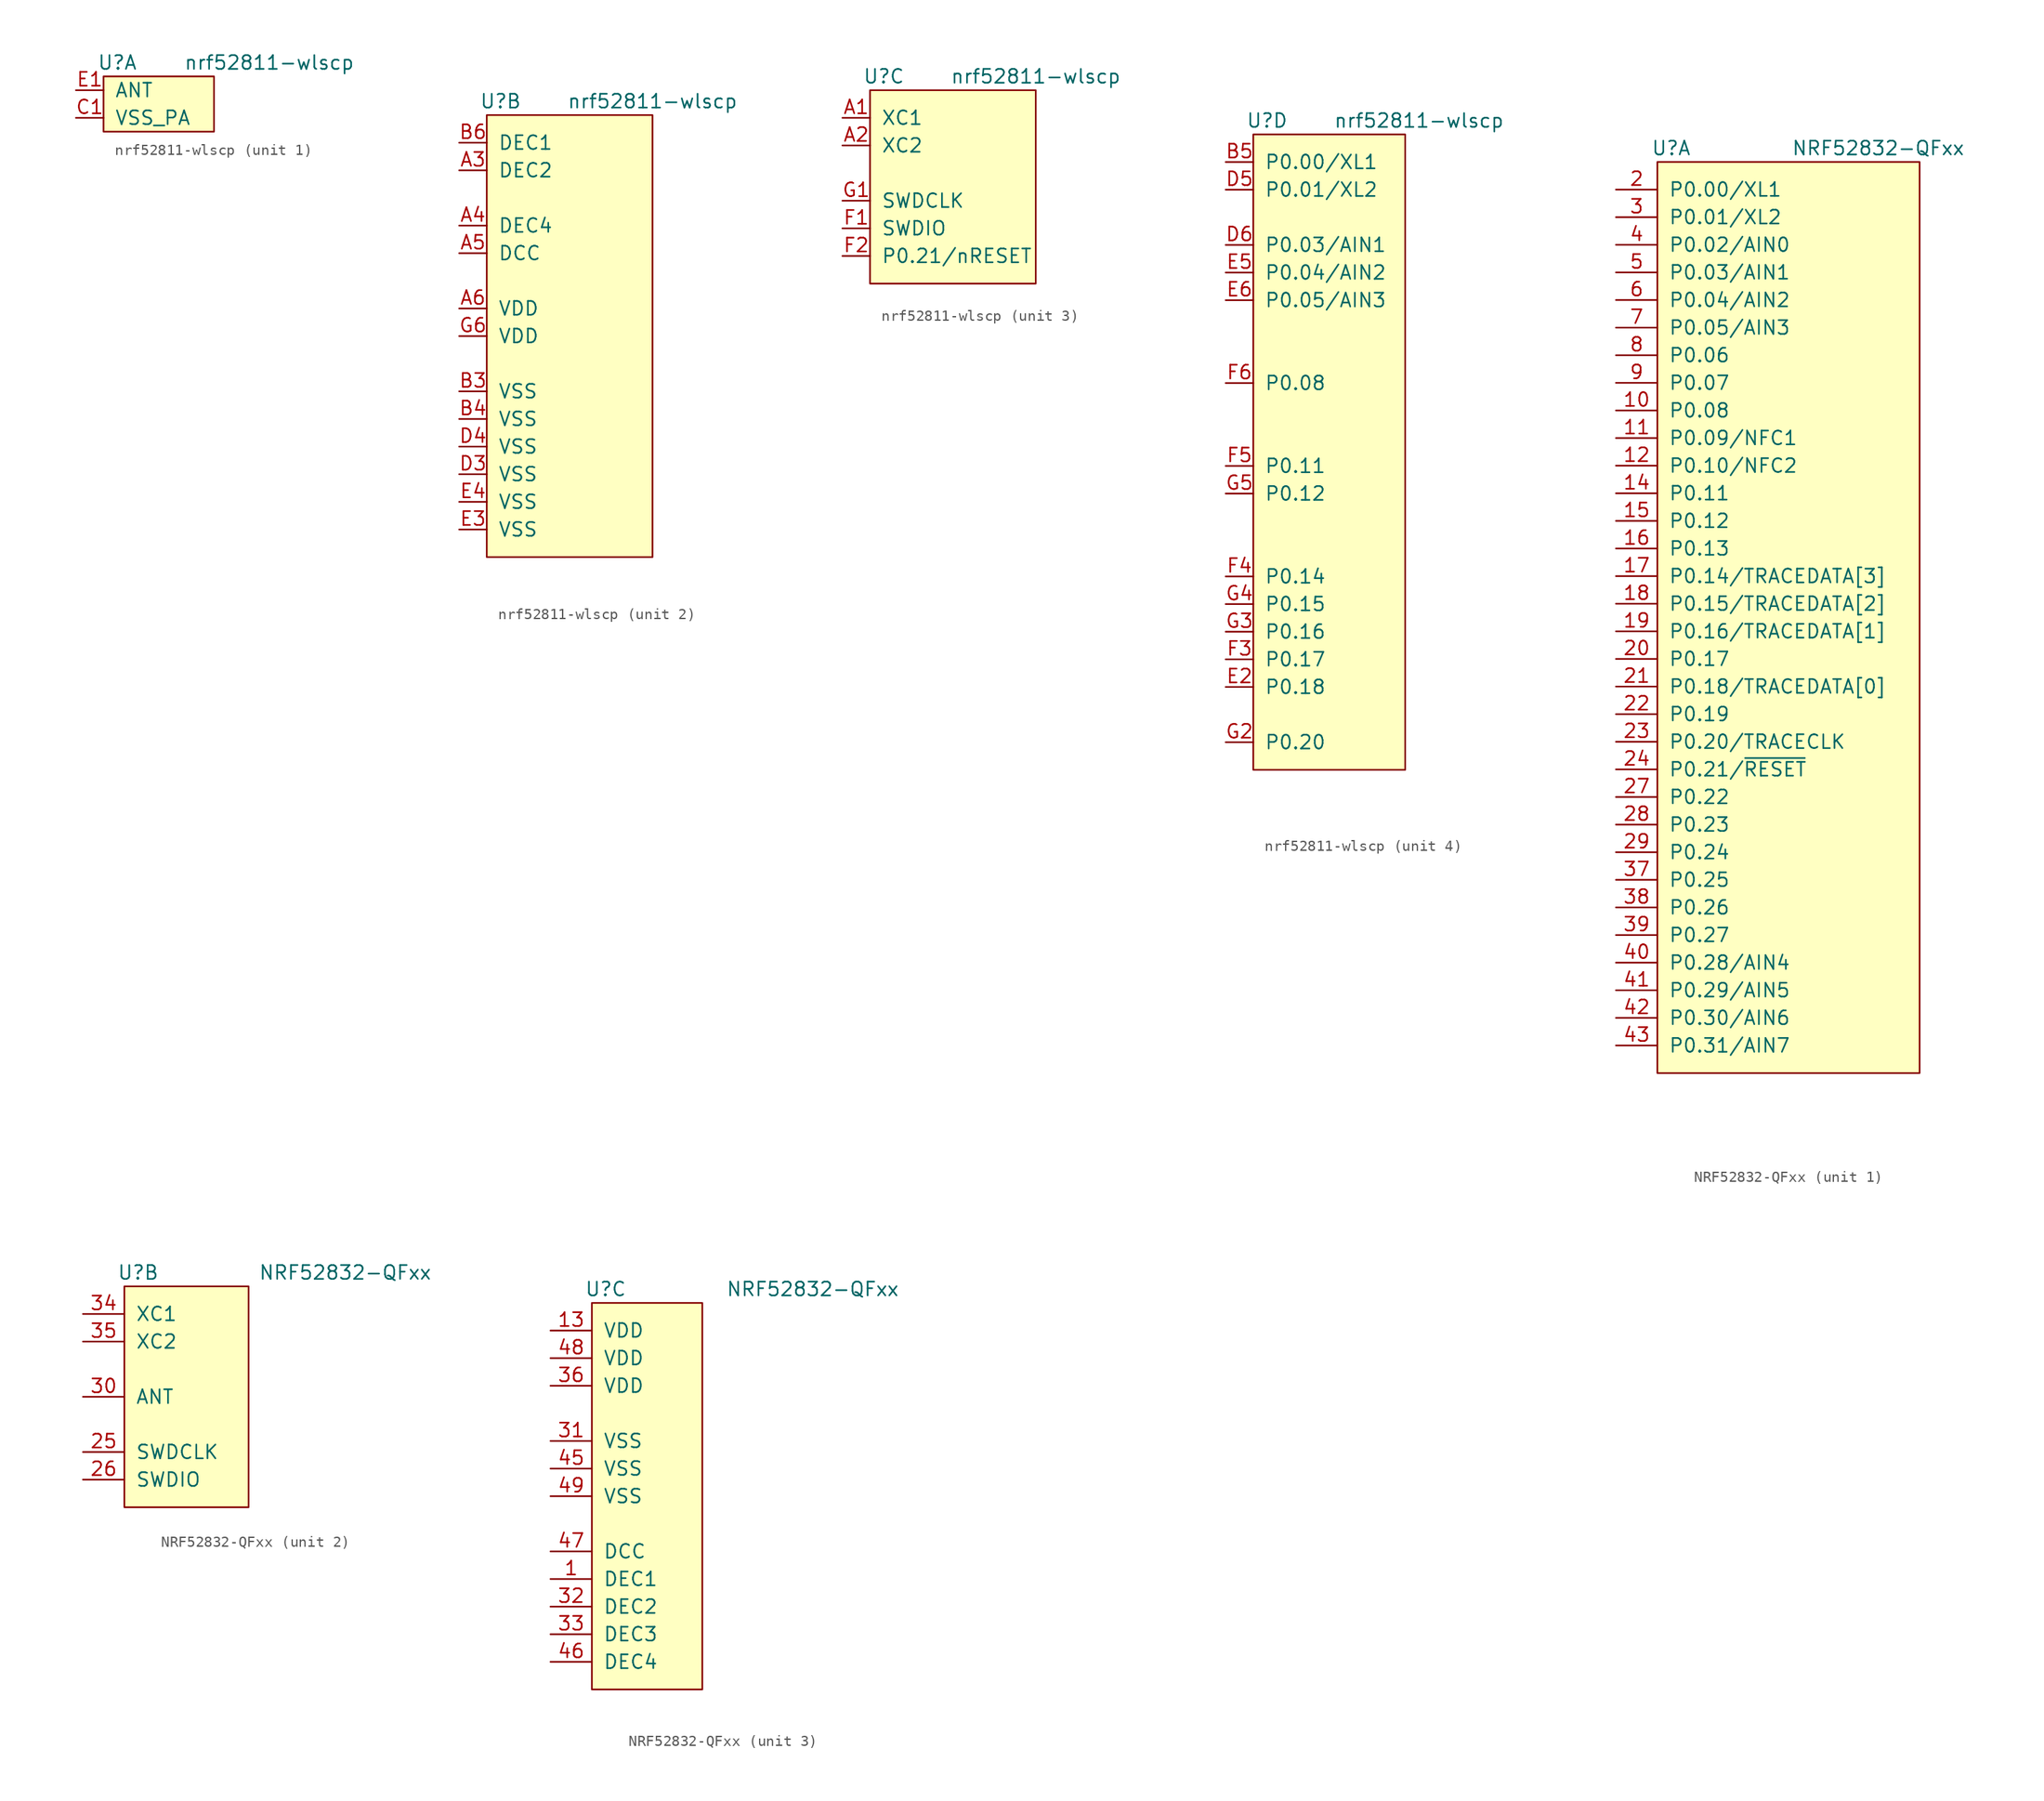
<source format=kicad_sym>
(kicad_symbol_lib
  (version 20211014)
  (generator kicad_symbol_editor)
  (symbol "nrf52811-wlscp"
    (pin_names
      (offset 1.016))
    (property "Reference" "U"
      (at 1.27 1.27 0)
      (effects (font (size 1.27 1.27))))
    (property "Value" "nrf52811-wlscp"
      (at 15.24 1.27 0)
      (effects (font (size 1.27 1.27))))
    (property "ki_locked" ""
      (at 0 0 0)
      (effects (font (size 1.27 1.27))))
    (symbol "nrf52811-wlscp_1_1"
      (rectangle (start 0 0) (end 10.16 -5.08) (stroke (width 0) (type default) (color 0 0 0 0)) (fill (type background)))
      (pin power_in line (at -2.54 -3.81 0) (length 2.54) (name "VSS_PA" (effects (font (size 1.27 1.27)))) (number "C1" (effects (font (size 1.27 1.27)))))
      (pin output line (at -2.54 -1.27 0) (length 2.54) (name "ANT" (effects (font (size 1.27 1.27)))) (number "E1" (effects (font (size 1.27 1.27))))))
    (symbol "nrf52811-wlscp_2_1"
      (rectangle (start 0 0) (end 15.24 -40.64) (stroke (width 0) (type default) (color 0 0 0 0)) (fill (type background)))
      (pin passive line (at -2.54 -5.08 0) (length 2.54) (name "DEC2" (effects (font (size 1.27 1.27)))) (number "A3" (effects (font (size 1.27 1.27)))))
      (pin passive line (at -2.54 -10.16 0) (length 2.54) (name "DEC4" (effects (font (size 1.27 1.27)))) (number "A4" (effects (font (size 1.27 1.27)))))
      (pin power_out line (at -2.54 -12.7 0) (length 2.54) (name "DCC" (effects (font (size 1.27 1.27)))) (number "A5" (effects (font (size 1.27 1.27)))))
      (pin power_in line (at -2.54 -17.78 0) (length 2.54) (name "VDD" (effects (font (size 1.27 1.27)))) (number "A6" (effects (font (size 1.27 1.27)))))
      (pin power_in line (at -2.54 -25.4 0) (length 2.54) (name "VSS" (effects (font (size 1.27 1.27)))) (number "B3" (effects (font (size 1.27 1.27)))))
      (pin power_in line (at -2.54 -27.94 0) (length 2.54) (name "VSS" (effects (font (size 1.27 1.27)))) (number "B4" (effects (font (size 1.27 1.27)))))
      (pin passive line (at -2.54 -2.54 0) (length 2.54) (name "DEC1" (effects (font (size 1.27 1.27)))) (number "B6" (effects (font (size 1.27 1.27)))))
      (pin power_in line (at -2.54 -33.02 0) (length 2.54) (name "VSS" (effects (font (size 1.27 1.27)))) (number "D3" (effects (font (size 1.27 1.27)))))
      (pin power_in line (at -2.54 -30.48 0) (length 2.54) (name "VSS" (effects (font (size 1.27 1.27)))) (number "D4" (effects (font (size 1.27 1.27)))))
      (pin power_in line (at -2.54 -38.1 0) (length 2.54) (name "VSS" (effects (font (size 1.27 1.27)))) (number "E3" (effects (font (size 1.27 1.27)))))
      (pin power_in line (at -2.54 -35.56 0) (length 2.54) (name "VSS" (effects (font (size 1.27 1.27)))) (number "E4" (effects (font (size 1.27 1.27)))))
      (pin unspecified line (at -2.54 -20.32 0) (length 2.54) (name "VDD" (effects (font (size 1.27 1.27)))) (number "G6" (effects (font (size 1.27 1.27))))))
    (symbol "nrf52811-wlscp_3_1"
      (rectangle (start 0 0) (end 15.24 -17.78) (stroke (width 0) (type default) (color 0 0 0 0)) (fill (type background)))
      (pin input line (at -2.54 -2.54 0) (length 2.54) (name "XC1" (effects (font (size 1.27 1.27)))) (number "A1" (effects (font (size 1.27 1.27)))))
      (pin input line (at -2.54 -5.08 0) (length 2.54) (name "XC2" (effects (font (size 1.27 1.27)))) (number "A2" (effects (font (size 1.27 1.27)))))
      (pin bidirectional line (at -2.54 -12.7 0) (length 2.54) (name "SWDIO" (effects (font (size 1.27 1.27)))) (number "F1" (effects (font (size 1.27 1.27)))))
      (pin bidirectional line (at -2.54 -15.24 0) (length 2.54) (name "P0.21/nRESET" (effects (font (size 1.27 1.27)))) (number "F2" (effects (font (size 1.27 1.27)))))
      (pin input line (at -2.54 -10.16 0) (length 2.54) (name "SWDCLK" (effects (font (size 1.27 1.27)))) (number "G1" (effects (font (size 1.27 1.27))))))
    (symbol "nrf52811-wlscp_4_1"
      (rectangle (start 0 0) (end 13.97 -58.42) (stroke (width 0) (type default) (color 0 0 0 0)) (fill (type background)))
      (pin unspecified line (at -2.54 -2.54 0) (length 2.54) (name "P0.00/XL1" (effects (font (size 1.27 1.27)))) (number "B5" (effects (font (size 1.27 1.27)))))
      (pin unspecified line (at -2.54 -5.08 0) (length 2.54) (name "P0.01/XL2" (effects (font (size 1.27 1.27)))) (number "D5" (effects (font (size 1.27 1.27)))))
      (pin unspecified line (at -2.54 -10.16 0) (length 2.54) (name "P0.03/AIN1" (effects (font (size 1.27 1.27)))) (number "D6" (effects (font (size 1.27 1.27)))))
      (pin unspecified line (at -2.54 -50.8 0) (length 2.54) (name "P0.18" (effects (font (size 1.27 1.27)))) (number "E2" (effects (font (size 1.27 1.27)))))
      (pin unspecified line (at -2.54 -12.7 0) (length 2.54) (name "P0.04/AIN2" (effects (font (size 1.27 1.27)))) (number "E5" (effects (font (size 1.27 1.27)))))
      (pin unspecified line (at -2.54 -15.24 0) (length 2.54) (name "P0.05/AIN3" (effects (font (size 1.27 1.27)))) (number "E6" (effects (font (size 1.27 1.27)))))
      (pin unspecified line (at -2.54 -48.26 0) (length 2.54) (name "P0.17" (effects (font (size 1.27 1.27)))) (number "F3" (effects (font (size 1.27 1.27)))))
      (pin unspecified line (at -2.54 -40.64 0) (length 2.54) (name "P0.14" (effects (font (size 1.27 1.27)))) (number "F4" (effects (font (size 1.27 1.27)))))
      (pin unspecified line (at -2.54 -30.48 0) (length 2.54) (name "P0.11" (effects (font (size 1.27 1.27)))) (number "F5" (effects (font (size 1.27 1.27)))))
      (pin unspecified line (at -2.54 -22.86 0) (length 2.54) (name "P0.08" (effects (font (size 1.27 1.27)))) (number "F6" (effects (font (size 1.27 1.27)))))
      (pin unspecified line (at -2.54 -55.88 0) (length 2.54) (name "P0.20" (effects (font (size 1.27 1.27)))) (number "G2" (effects (font (size 1.27 1.27)))))
      (pin unspecified line (at -2.54 -45.72 0) (length 2.54) (name "P0.16" (effects (font (size 1.27 1.27)))) (number "G3" (effects (font (size 1.27 1.27)))))
      (pin unspecified line (at -2.54 -43.18 0) (length 2.54) (name "P0.15" (effects (font (size 1.27 1.27)))) (number "G4" (effects (font (size 1.27 1.27)))))
      (pin unspecified line (at -2.54 -33.02 0) (length 2.54) (name "P0.12" (effects (font (size 1.27 1.27)))) (number "G5" (effects (font (size 1.27 1.27)))))))
  (symbol "NRF52832-QFxx"
    (pin_names
      (offset 1.016))
    (property "Reference" "U"
      (at 1.27 1.27 0)
      (effects (font (size 1.27 1.27))))
    (property "Value" "NRF52832-QFxx"
      (at 20.32 1.27 0)
      (effects (font (size 1.27 1.27))))
    (property "ki_locked" ""
      (at 0 0 0)
      (effects (font (size 1.27 1.27))))
    (symbol "NRF52832-QFxx_1_1"
      (rectangle (start 0 0) (end 24.13 -83.82) (stroke (width 0) (type default) (color 0 0 0 0)) (fill (type background)))
      (pin bidirectional line (at -3.81 -22.86 0) (length 3.81) (name "P0.08" (effects (font (size 1.27 1.27)))) (number "10" (effects (font (size 1.27 1.27)))))
      (pin bidirectional line (at -3.81 -25.4 0) (length 3.81) (name "P0.09/NFC1" (effects (font (size 1.27 1.27)))) (number "11" (effects (font (size 1.27 1.27)))))
      (pin bidirectional line (at -3.81 -27.94 0) (length 3.81) (name "P0.10/NFC2" (effects (font (size 1.27 1.27)))) (number "12" (effects (font (size 1.27 1.27)))))
      (pin bidirectional line (at -3.81 -30.48 0) (length 3.81) (name "P0.11" (effects (font (size 1.27 1.27)))) (number "14" (effects (font (size 1.27 1.27)))))
      (pin bidirectional line (at -3.81 -33.02 0) (length 3.81) (name "P0.12" (effects (font (size 1.27 1.27)))) (number "15" (effects (font (size 1.27 1.27)))))
      (pin bidirectional line (at -3.81 -35.56 0) (length 3.81) (name "P0.13" (effects (font (size 1.27 1.27)))) (number "16" (effects (font (size 1.27 1.27)))))
      (pin bidirectional line (at -3.81 -38.1 0) (length 3.81) (name "P0.14/TRACEDATA[3]" (effects (font (size 1.27 1.27)))) (number "17" (effects (font (size 1.27 1.27)))))
      (pin bidirectional line (at -3.81 -40.64 0) (length 3.81) (name "P0.15/TRACEDATA[2]" (effects (font (size 1.27 1.27)))) (number "18" (effects (font (size 1.27 1.27)))))
      (pin bidirectional line (at -3.81 -43.18 0) (length 3.81) (name "P0.16/TRACEDATA[1]" (effects (font (size 1.27 1.27)))) (number "19" (effects (font (size 1.27 1.27)))))
      (pin bidirectional line (at -3.81 -2.54 0) (length 3.81) (name "P0.00/XL1" (effects (font (size 1.27 1.27)))) (number "2" (effects (font (size 1.27 1.27)))))
      (pin bidirectional line (at -3.81 -45.72 0) (length 3.81) (name "P0.17" (effects (font (size 1.27 1.27)))) (number "20" (effects (font (size 1.27 1.27)))))
      (pin bidirectional line (at -3.81 -48.26 0) (length 3.81) (name "P0.18/TRACEDATA[0]" (effects (font (size 1.27 1.27)))) (number "21" (effects (font (size 1.27 1.27)))))
      (pin bidirectional line (at -3.81 -50.8 0) (length 3.81) (name "P0.19" (effects (font (size 1.27 1.27)))) (number "22" (effects (font (size 1.27 1.27)))))
      (pin bidirectional line (at -3.81 -53.34 0) (length 3.81) (name "P0.20/TRACECLK" (effects (font (size 1.27 1.27)))) (number "23" (effects (font (size 1.27 1.27)))))
      (pin bidirectional line (at -3.81 -55.88 0) (length 3.81) (name "P0.21/~{RESET}" (effects (font (size 1.27 1.27)))) (number "24" (effects (font (size 1.27 1.27)))))
      (pin bidirectional line (at -3.81 -58.42 0) (length 3.81) (name "P0.22" (effects (font (size 1.27 1.27)))) (number "27" (effects (font (size 1.27 1.27)))))
      (pin bidirectional line (at -3.81 -60.96 0) (length 3.81) (name "P0.23" (effects (font (size 1.27 1.27)))) (number "28" (effects (font (size 1.27 1.27)))))
      (pin bidirectional line (at -3.81 -63.5 0) (length 3.81) (name "P0.24" (effects (font (size 1.27 1.27)))) (number "29" (effects (font (size 1.27 1.27)))))
      (pin bidirectional line (at -3.81 -5.08 0) (length 3.81) (name "P0.01/XL2" (effects (font (size 1.27 1.27)))) (number "3" (effects (font (size 1.27 1.27)))))
      (pin bidirectional line (at -3.81 -66.04 0) (length 3.81) (name "P0.25" (effects (font (size 1.27 1.27)))) (number "37" (effects (font (size 1.27 1.27)))))
      (pin bidirectional line (at -3.81 -68.58 0) (length 3.81) (name "P0.26" (effects (font (size 1.27 1.27)))) (number "38" (effects (font (size 1.27 1.27)))))
      (pin bidirectional line (at -3.81 -71.12 0) (length 3.81) (name "P0.27" (effects (font (size 1.27 1.27)))) (number "39" (effects (font (size 1.27 1.27)))))
      (pin bidirectional line (at -3.81 -7.62 0) (length 3.81) (name "P0.02/AIN0" (effects (font (size 1.27 1.27)))) (number "4" (effects (font (size 1.27 1.27)))))
      (pin bidirectional line (at -3.81 -73.66 0) (length 3.81) (name "P0.28/AIN4" (effects (font (size 1.27 1.27)))) (number "40" (effects (font (size 1.27 1.27)))))
      (pin bidirectional line (at -3.81 -76.2 0) (length 3.81) (name "P0.29/AIN5" (effects (font (size 1.27 1.27)))) (number "41" (effects (font (size 1.27 1.27)))))
      (pin bidirectional line (at -3.81 -78.74 0) (length 3.81) (name "P0.30/AIN6" (effects (font (size 1.27 1.27)))) (number "42" (effects (font (size 1.27 1.27)))))
      (pin bidirectional line (at -3.81 -81.28 0) (length 3.81) (name "P0.31/AIN7" (effects (font (size 1.27 1.27)))) (number "43" (effects (font (size 1.27 1.27)))))
      (pin bidirectional line (at -3.81 -10.16 0) (length 3.81) (name "P0.03/AIN1" (effects (font (size 1.27 1.27)))) (number "5" (effects (font (size 1.27 1.27)))))
      (pin bidirectional line (at -3.81 -12.7 0) (length 3.81) (name "P0.04/AIN2" (effects (font (size 1.27 1.27)))) (number "6" (effects (font (size 1.27 1.27)))))
      (pin bidirectional line (at -3.81 -15.24 0) (length 3.81) (name "P0.05/AIN3" (effects (font (size 1.27 1.27)))) (number "7" (effects (font (size 1.27 1.27)))))
      (pin bidirectional line (at -3.81 -17.78 0) (length 3.81) (name "P0.06" (effects (font (size 1.27 1.27)))) (number "8" (effects (font (size 1.27 1.27)))))
      (pin bidirectional line (at -3.81 -20.32 0) (length 3.81) (name "P0.07" (effects (font (size 1.27 1.27)))) (number "9" (effects (font (size 1.27 1.27))))))
    (symbol "NRF52832-QFxx_2_1"
      (rectangle (start 0 0) (end 11.43 -20.32) (stroke (width 0) (type default) (color 0 0 0 0)) (fill (type background)))
      (pin input line (at -3.81 -15.24 0) (length 3.81) (name "SWDCLK" (effects (font (size 1.27 1.27)))) (number "25" (effects (font (size 1.27 1.27)))))
      (pin bidirectional line (at -3.81 -17.78 0) (length 3.81) (name "SWDIO" (effects (font (size 1.27 1.27)))) (number "26" (effects (font (size 1.27 1.27)))))
      (pin input line (at -3.81 -10.16 0) (length 3.81) (name "ANT" (effects (font (size 1.27 1.27)))) (number "30" (effects (font (size 1.27 1.27)))))
      (pin passive line (at -3.81 -2.54 0) (length 3.81) (name "XC1" (effects (font (size 1.27 1.27)))) (number "34" (effects (font (size 1.27 1.27)))))
      (pin passive line (at -3.81 -5.08 0) (length 3.81) (name "XC2" (effects (font (size 1.27 1.27)))) (number "35" (effects (font (size 1.27 1.27))))))
    (symbol "NRF52832-QFxx_3_1"
      (rectangle (start 0 0) (end 10.16 -35.56) (stroke (width 0) (type default) (color 0 0 0 0)) (fill (type background)))
      (pin passive line (at -3.81 -25.4 0) (length 3.81) (name "DEC1" (effects (font (size 1.27 1.27)))) (number "1" (effects (font (size 1.27 1.27)))))
      (pin power_in line (at -3.81 -2.54 0) (length 3.81) (name "VDD" (effects (font (size 1.27 1.27)))) (number "13" (effects (font (size 1.27 1.27)))))
      (pin power_in line (at -3.81 -12.7 0) (length 3.81) (name "VSS" (effects (font (size 1.27 1.27)))) (number "31" (effects (font (size 1.27 1.27)))))
      (pin passive line (at -3.81 -27.94 0) (length 3.81) (name "DEC2" (effects (font (size 1.27 1.27)))) (number "32" (effects (font (size 1.27 1.27)))))
      (pin passive line (at -3.81 -30.48 0) (length 3.81) (name "DEC3" (effects (font (size 1.27 1.27)))) (number "33" (effects (font (size 1.27 1.27)))))
      (pin power_in line (at -3.81 -7.62 0) (length 3.81) (name "VDD" (effects (font (size 1.27 1.27)))) (number "36" (effects (font (size 1.27 1.27)))))
      (pin power_in line (at -3.81 -15.24 0) (length 3.81) (name "VSS" (effects (font (size 1.27 1.27)))) (number "45" (effects (font (size 1.27 1.27)))))
      (pin passive line (at -3.81 -33.02 0) (length 3.81) (name "DEC4" (effects (font (size 1.27 1.27)))) (number "46" (effects (font (size 1.27 1.27)))))
      (pin passive line (at -3.81 -22.86 0) (length 3.81) (name "DCC" (effects (font (size 1.27 1.27)))) (number "47" (effects (font (size 1.27 1.27)))))
      (pin power_in line (at -3.81 -5.08 0) (length 3.81) (name "VDD" (effects (font (size 1.27 1.27)))) (number "48" (effects (font (size 1.27 1.27)))))
      (pin power_in line (at -3.81 -17.78 0) (length 3.81) (name "VSS" (effects (font (size 1.27 1.27)))) (number "49" (effects (font (size 1.27 1.27))))))))
</source>
